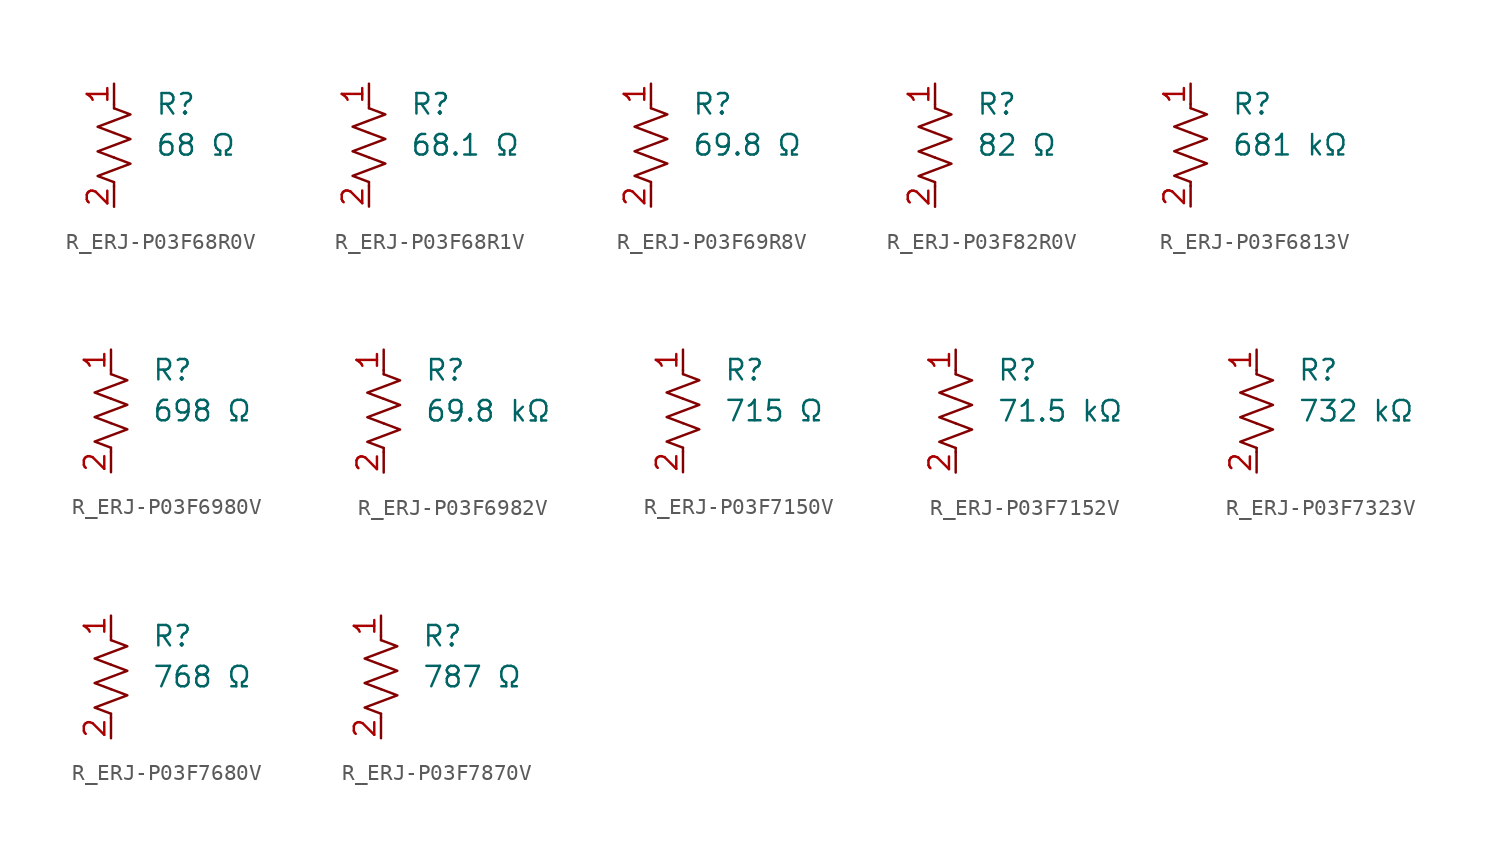
<source format=kicad_sym>
(kicad_symbol_lib
  (version 20231120)
  (generator "kicad_symbol_editor")
  (generator_version "8.0")
  (symbol "R_ERJ-P03F68R0V"
    (pin_names
      (offset 0.254))
    (property "Value" "68 Ω"
      (at 2.54 0 0)
      (effects (font (size 1.27 1.27)) (justify left)))
    (property "Reference" "R"
      (at 2.54 2.54 0)
      (effects (font (size 1.27 1.27)) (justify left)))
    (symbol "R_ERJ-P03F68R0V_0_1"
      (polyline (pts (xy 0 -2.286) (xy 0 -2.54)) (stroke (width 0) (type default)) (fill (type none)))
      (polyline (pts (xy 0 2.286) (xy 0 2.54)) (stroke (width 0) (type default)) (fill (type none)))
      (polyline (pts (xy 0 -0.762) (xy 1.016 -1.143) (xy 0 -1.524) (xy -1.016 -1.905) (xy 0 -2.286)) (stroke (width 0) (type default)) (fill (type none)))
      (polyline (pts (xy 0 0.762) (xy 1.016 0.381) (xy 0 0) (xy -1.016 -0.381) (xy 0 -0.762)) (stroke (width 0) (type default)) (fill (type none)))
      (polyline (pts (xy 0 2.286) (xy 1.016 1.905) (xy 0 1.524) (xy -1.016 1.143) (xy 0 0.762)) (stroke (width 0) (type default)) (fill (type none))))
    (symbol "R_ERJ-P03F68R0V_1_1"
      (pin passive line (at 0 3.81 270) (length 1.27) (name "~" (effects (font (size 1.27 1.27)))) (number "1" (effects (font (size 1.27 1.27)))))
      (pin passive line (at 0 -3.81 90) (length 1.27) (name "~" (effects (font (size 1.27 1.27)))) (number "2" (effects (font (size 1.27 1.27)))))))
  (symbol "R_ERJ-P03F68R1V"
    (pin_names
      (offset 0.254))
    (property "Value" "68.1 Ω"
      (at 2.54 0 0)
      (effects (font (size 1.27 1.27)) (justify left)))
    (property "Reference" "R"
      (at 2.54 2.54 0)
      (effects (font (size 1.27 1.27)) (justify left)))
    (symbol "R_ERJ-P03F68R1V_0_1"
      (polyline (pts (xy 0 -2.286) (xy 0 -2.54)) (stroke (width 0) (type default)) (fill (type none)))
      (polyline (pts (xy 0 2.286) (xy 0 2.54)) (stroke (width 0) (type default)) (fill (type none)))
      (polyline (pts (xy 0 -0.762) (xy 1.016 -1.143) (xy 0 -1.524) (xy -1.016 -1.905) (xy 0 -2.286)) (stroke (width 0) (type default)) (fill (type none)))
      (polyline (pts (xy 0 0.762) (xy 1.016 0.381) (xy 0 0) (xy -1.016 -0.381) (xy 0 -0.762)) (stroke (width 0) (type default)) (fill (type none)))
      (polyline (pts (xy 0 2.286) (xy 1.016 1.905) (xy 0 1.524) (xy -1.016 1.143) (xy 0 0.762)) (stroke (width 0) (type default)) (fill (type none))))
    (symbol "R_ERJ-P03F68R1V_1_1"
      (pin passive line (at 0 3.81 270) (length 1.27) (name "~" (effects (font (size 1.27 1.27)))) (number "1" (effects (font (size 1.27 1.27)))))
      (pin passive line (at 0 -3.81 90) (length 1.27) (name "~" (effects (font (size 1.27 1.27)))) (number "2" (effects (font (size 1.27 1.27)))))))
  (symbol "R_ERJ-P03F69R8V"
    (pin_names
      (offset 0.254))
    (property "Value" "69.8 Ω"
      (at 2.54 0 0)
      (effects (font (size 1.27 1.27)) (justify left)))
    (property "Reference" "R"
      (at 2.54 2.54 0)
      (effects (font (size 1.27 1.27)) (justify left)))
    (symbol "R_ERJ-P03F69R8V_0_1"
      (polyline (pts (xy 0 -2.286) (xy 0 -2.54)) (stroke (width 0) (type default)) (fill (type none)))
      (polyline (pts (xy 0 2.286) (xy 0 2.54)) (stroke (width 0) (type default)) (fill (type none)))
      (polyline (pts (xy 0 -0.762) (xy 1.016 -1.143) (xy 0 -1.524) (xy -1.016 -1.905) (xy 0 -2.286)) (stroke (width 0) (type default)) (fill (type none)))
      (polyline (pts (xy 0 0.762) (xy 1.016 0.381) (xy 0 0) (xy -1.016 -0.381) (xy 0 -0.762)) (stroke (width 0) (type default)) (fill (type none)))
      (polyline (pts (xy 0 2.286) (xy 1.016 1.905) (xy 0 1.524) (xy -1.016 1.143) (xy 0 0.762)) (stroke (width 0) (type default)) (fill (type none))))
    (symbol "R_ERJ-P03F69R8V_1_1"
      (pin passive line (at 0 3.81 270) (length 1.27) (name "~" (effects (font (size 1.27 1.27)))) (number "1" (effects (font (size 1.27 1.27)))))
      (pin passive line (at 0 -3.81 90) (length 1.27) (name "~" (effects (font (size 1.27 1.27)))) (number "2" (effects (font (size 1.27 1.27)))))))
  (symbol "R_ERJ-P03F82R0V"
    (pin_names
      (offset 0.254))
    (property "Value" "82 Ω"
      (at 2.54 0 0)
      (effects (font (size 1.27 1.27)) (justify left)))
    (property "Reference" "R"
      (at 2.54 2.54 0)
      (effects (font (size 1.27 1.27)) (justify left)))
    (symbol "R_ERJ-P03F82R0V_0_1"
      (polyline (pts (xy 0 -2.286) (xy 0 -2.54)) (stroke (width 0) (type default)) (fill (type none)))
      (polyline (pts (xy 0 2.286) (xy 0 2.54)) (stroke (width 0) (type default)) (fill (type none)))
      (polyline (pts (xy 0 -0.762) (xy 1.016 -1.143) (xy 0 -1.524) (xy -1.016 -1.905) (xy 0 -2.286)) (stroke (width 0) (type default)) (fill (type none)))
      (polyline (pts (xy 0 0.762) (xy 1.016 0.381) (xy 0 0) (xy -1.016 -0.381) (xy 0 -0.762)) (stroke (width 0) (type default)) (fill (type none)))
      (polyline (pts (xy 0 2.286) (xy 1.016 1.905) (xy 0 1.524) (xy -1.016 1.143) (xy 0 0.762)) (stroke (width 0) (type default)) (fill (type none))))
    (symbol "R_ERJ-P03F82R0V_1_1"
      (pin passive line (at 0 3.81 270) (length 1.27) (name "~" (effects (font (size 1.27 1.27)))) (number "1" (effects (font (size 1.27 1.27)))))
      (pin passive line (at 0 -3.81 90) (length 1.27) (name "~" (effects (font (size 1.27 1.27)))) (number "2" (effects (font (size 1.27 1.27)))))))
  (symbol "R_ERJ-P03F6813V"
    (pin_names
      (offset 0.254))
    (property "Value" "681 kΩ"
      (at 2.54 0 0)
      (effects (font (size 1.27 1.27)) (justify left)))
    (property "Reference" "R"
      (at 2.54 2.54 0)
      (effects (font (size 1.27 1.27)) (justify left)))
    (symbol "R_ERJ-P03F6813V_0_1"
      (polyline (pts (xy 0 -2.286) (xy 0 -2.54)) (stroke (width 0) (type default)) (fill (type none)))
      (polyline (pts (xy 0 2.286) (xy 0 2.54)) (stroke (width 0) (type default)) (fill (type none)))
      (polyline (pts (xy 0 -0.762) (xy 1.016 -1.143) (xy 0 -1.524) (xy -1.016 -1.905) (xy 0 -2.286)) (stroke (width 0) (type default)) (fill (type none)))
      (polyline (pts (xy 0 0.762) (xy 1.016 0.381) (xy 0 0) (xy -1.016 -0.381) (xy 0 -0.762)) (stroke (width 0) (type default)) (fill (type none)))
      (polyline (pts (xy 0 2.286) (xy 1.016 1.905) (xy 0 1.524) (xy -1.016 1.143) (xy 0 0.762)) (stroke (width 0) (type default)) (fill (type none))))
    (symbol "R_ERJ-P03F6813V_1_1"
      (pin passive line (at 0 3.81 270) (length 1.27) (name "~" (effects (font (size 1.27 1.27)))) (number "1" (effects (font (size 1.27 1.27)))))
      (pin passive line (at 0 -3.81 90) (length 1.27) (name "~" (effects (font (size 1.27 1.27)))) (number "2" (effects (font (size 1.27 1.27)))))))
  (symbol "R_ERJ-P03F6980V"
    (pin_names
      (offset 0.254))
    (property "Value" "698 Ω"
      (at 2.54 0 0)
      (effects (font (size 1.27 1.27)) (justify left)))
    (property "Reference" "R"
      (at 2.54 2.54 0)
      (effects (font (size 1.27 1.27)) (justify left)))
    (symbol "R_ERJ-P03F6980V_0_1"
      (polyline (pts (xy 0 -2.286) (xy 0 -2.54)) (stroke (width 0) (type default)) (fill (type none)))
      (polyline (pts (xy 0 2.286) (xy 0 2.54)) (stroke (width 0) (type default)) (fill (type none)))
      (polyline (pts (xy 0 -0.762) (xy 1.016 -1.143) (xy 0 -1.524) (xy -1.016 -1.905) (xy 0 -2.286)) (stroke (width 0) (type default)) (fill (type none)))
      (polyline (pts (xy 0 0.762) (xy 1.016 0.381) (xy 0 0) (xy -1.016 -0.381) (xy 0 -0.762)) (stroke (width 0) (type default)) (fill (type none)))
      (polyline (pts (xy 0 2.286) (xy 1.016 1.905) (xy 0 1.524) (xy -1.016 1.143) (xy 0 0.762)) (stroke (width 0) (type default)) (fill (type none))))
    (symbol "R_ERJ-P03F6980V_1_1"
      (pin passive line (at 0 3.81 270) (length 1.27) (name "~" (effects (font (size 1.27 1.27)))) (number "1" (effects (font (size 1.27 1.27)))))
      (pin passive line (at 0 -3.81 90) (length 1.27) (name "~" (effects (font (size 1.27 1.27)))) (number "2" (effects (font (size 1.27 1.27)))))))
  (symbol "R_ERJ-P03F6982V"
    (pin_names
      (offset 0.254))
    (property "Value" "69.8 kΩ"
      (at 2.54 0 0)
      (effects (font (size 1.27 1.27)) (justify left)))
    (property "Reference" "R"
      (at 2.54 2.54 0)
      (effects (font (size 1.27 1.27)) (justify left)))
    (symbol "R_ERJ-P03F6982V_0_1"
      (polyline (pts (xy 0 -2.286) (xy 0 -2.54)) (stroke (width 0) (type default)) (fill (type none)))
      (polyline (pts (xy 0 2.286) (xy 0 2.54)) (stroke (width 0) (type default)) (fill (type none)))
      (polyline (pts (xy 0 -0.762) (xy 1.016 -1.143) (xy 0 -1.524) (xy -1.016 -1.905) (xy 0 -2.286)) (stroke (width 0) (type default)) (fill (type none)))
      (polyline (pts (xy 0 0.762) (xy 1.016 0.381) (xy 0 0) (xy -1.016 -0.381) (xy 0 -0.762)) (stroke (width 0) (type default)) (fill (type none)))
      (polyline (pts (xy 0 2.286) (xy 1.016 1.905) (xy 0 1.524) (xy -1.016 1.143) (xy 0 0.762)) (stroke (width 0) (type default)) (fill (type none))))
    (symbol "R_ERJ-P03F6982V_1_1"
      (pin passive line (at 0 3.81 270) (length 1.27) (name "~" (effects (font (size 1.27 1.27)))) (number "1" (effects (font (size 1.27 1.27)))))
      (pin passive line (at 0 -3.81 90) (length 1.27) (name "~" (effects (font (size 1.27 1.27)))) (number "2" (effects (font (size 1.27 1.27)))))))
  (symbol "R_ERJ-P03F7150V"
    (pin_names
      (offset 0.254))
    (property "Value" "715 Ω"
      (at 2.54 0 0)
      (effects (font (size 1.27 1.27)) (justify left)))
    (property "Reference" "R"
      (at 2.54 2.54 0)
      (effects (font (size 1.27 1.27)) (justify left)))
    (symbol "R_ERJ-P03F7150V_0_1"
      (polyline (pts (xy 0 -2.286) (xy 0 -2.54)) (stroke (width 0) (type default)) (fill (type none)))
      (polyline (pts (xy 0 2.286) (xy 0 2.54)) (stroke (width 0) (type default)) (fill (type none)))
      (polyline (pts (xy 0 -0.762) (xy 1.016 -1.143) (xy 0 -1.524) (xy -1.016 -1.905) (xy 0 -2.286)) (stroke (width 0) (type default)) (fill (type none)))
      (polyline (pts (xy 0 0.762) (xy 1.016 0.381) (xy 0 0) (xy -1.016 -0.381) (xy 0 -0.762)) (stroke (width 0) (type default)) (fill (type none)))
      (polyline (pts (xy 0 2.286) (xy 1.016 1.905) (xy 0 1.524) (xy -1.016 1.143) (xy 0 0.762)) (stroke (width 0) (type default)) (fill (type none))))
    (symbol "R_ERJ-P03F7150V_1_1"
      (pin passive line (at 0 3.81 270) (length 1.27) (name "~" (effects (font (size 1.27 1.27)))) (number "1" (effects (font (size 1.27 1.27)))))
      (pin passive line (at 0 -3.81 90) (length 1.27) (name "~" (effects (font (size 1.27 1.27)))) (number "2" (effects (font (size 1.27 1.27)))))))
  (symbol "R_ERJ-P03F7152V"
    (pin_names
      (offset 0.254))
    (property "Value" "71.5 kΩ"
      (at 2.54 0 0)
      (effects (font (size 1.27 1.27)) (justify left)))
    (property "Reference" "R"
      (at 2.54 2.54 0)
      (effects (font (size 1.27 1.27)) (justify left)))
    (symbol "R_ERJ-P03F7152V_0_1"
      (polyline (pts (xy 0 -2.286) (xy 0 -2.54)) (stroke (width 0) (type default)) (fill (type none)))
      (polyline (pts (xy 0 2.286) (xy 0 2.54)) (stroke (width 0) (type default)) (fill (type none)))
      (polyline (pts (xy 0 -0.762) (xy 1.016 -1.143) (xy 0 -1.524) (xy -1.016 -1.905) (xy 0 -2.286)) (stroke (width 0) (type default)) (fill (type none)))
      (polyline (pts (xy 0 0.762) (xy 1.016 0.381) (xy 0 0) (xy -1.016 -0.381) (xy 0 -0.762)) (stroke (width 0) (type default)) (fill (type none)))
      (polyline (pts (xy 0 2.286) (xy 1.016 1.905) (xy 0 1.524) (xy -1.016 1.143) (xy 0 0.762)) (stroke (width 0) (type default)) (fill (type none))))
    (symbol "R_ERJ-P03F7152V_1_1"
      (pin passive line (at 0 3.81 270) (length 1.27) (name "~" (effects (font (size 1.27 1.27)))) (number "1" (effects (font (size 1.27 1.27)))))
      (pin passive line (at 0 -3.81 90) (length 1.27) (name "~" (effects (font (size 1.27 1.27)))) (number "2" (effects (font (size 1.27 1.27)))))))
  (symbol "R_ERJ-P03F7323V"
    (pin_names
      (offset 0.254))
    (property "Value" "732 kΩ"
      (at 2.54 0 0)
      (effects (font (size 1.27 1.27)) (justify left)))
    (property "Reference" "R"
      (at 2.54 2.54 0)
      (effects (font (size 1.27 1.27)) (justify left)))
    (symbol "R_ERJ-P03F7323V_0_1"
      (polyline (pts (xy 0 -2.286) (xy 0 -2.54)) (stroke (width 0) (type default)) (fill (type none)))
      (polyline (pts (xy 0 2.286) (xy 0 2.54)) (stroke (width 0) (type default)) (fill (type none)))
      (polyline (pts (xy 0 -0.762) (xy 1.016 -1.143) (xy 0 -1.524) (xy -1.016 -1.905) (xy 0 -2.286)) (stroke (width 0) (type default)) (fill (type none)))
      (polyline (pts (xy 0 0.762) (xy 1.016 0.381) (xy 0 0) (xy -1.016 -0.381) (xy 0 -0.762)) (stroke (width 0) (type default)) (fill (type none)))
      (polyline (pts (xy 0 2.286) (xy 1.016 1.905) (xy 0 1.524) (xy -1.016 1.143) (xy 0 0.762)) (stroke (width 0) (type default)) (fill (type none))))
    (symbol "R_ERJ-P03F7323V_1_1"
      (pin passive line (at 0 3.81 270) (length 1.27) (name "~" (effects (font (size 1.27 1.27)))) (number "1" (effects (font (size 1.27 1.27)))))
      (pin passive line (at 0 -3.81 90) (length 1.27) (name "~" (effects (font (size 1.27 1.27)))) (number "2" (effects (font (size 1.27 1.27)))))))
  (symbol "R_ERJ-P03F7680V"
    (pin_names
      (offset 0.254))
    (property "Value" "768 Ω"
      (at 2.54 0 0)
      (effects (font (size 1.27 1.27)) (justify left)))
    (property "Reference" "R"
      (at 2.54 2.54 0)
      (effects (font (size 1.27 1.27)) (justify left)))
    (symbol "R_ERJ-P03F7680V_0_1"
      (polyline (pts (xy 0 -2.286) (xy 0 -2.54)) (stroke (width 0) (type default)) (fill (type none)))
      (polyline (pts (xy 0 2.286) (xy 0 2.54)) (stroke (width 0) (type default)) (fill (type none)))
      (polyline (pts (xy 0 -0.762) (xy 1.016 -1.143) (xy 0 -1.524) (xy -1.016 -1.905) (xy 0 -2.286)) (stroke (width 0) (type default)) (fill (type none)))
      (polyline (pts (xy 0 0.762) (xy 1.016 0.381) (xy 0 0) (xy -1.016 -0.381) (xy 0 -0.762)) (stroke (width 0) (type default)) (fill (type none)))
      (polyline (pts (xy 0 2.286) (xy 1.016 1.905) (xy 0 1.524) (xy -1.016 1.143) (xy 0 0.762)) (stroke (width 0) (type default)) (fill (type none))))
    (symbol "R_ERJ-P03F7680V_1_1"
      (pin passive line (at 0 3.81 270) (length 1.27) (name "~" (effects (font (size 1.27 1.27)))) (number "1" (effects (font (size 1.27 1.27)))))
      (pin passive line (at 0 -3.81 90) (length 1.27) (name "~" (effects (font (size 1.27 1.27)))) (number "2" (effects (font (size 1.27 1.27)))))))
  (symbol "R_ERJ-P03F7870V"
    (pin_names
      (offset 0.254))
    (property "Value" "787 Ω"
      (at 2.54 0 0)
      (effects (font (size 1.27 1.27)) (justify left)))
    (property "Reference" "R"
      (at 2.54 2.54 0)
      (effects (font (size 1.27 1.27)) (justify left)))
    (symbol "R_ERJ-P03F7870V_0_1"
      (polyline (pts (xy 0 -2.286) (xy 0 -2.54)) (stroke (width 0) (type default)) (fill (type none)))
      (polyline (pts (xy 0 2.286) (xy 0 2.54)) (stroke (width 0) (type default)) (fill (type none)))
      (polyline (pts (xy 0 -0.762) (xy 1.016 -1.143) (xy 0 -1.524) (xy -1.016 -1.905) (xy 0 -2.286)) (stroke (width 0) (type default)) (fill (type none)))
      (polyline (pts (xy 0 0.762) (xy 1.016 0.381) (xy 0 0) (xy -1.016 -0.381) (xy 0 -0.762)) (stroke (width 0) (type default)) (fill (type none)))
      (polyline (pts (xy 0 2.286) (xy 1.016 1.905) (xy 0 1.524) (xy -1.016 1.143) (xy 0 0.762)) (stroke (width 0) (type default)) (fill (type none))))
    (symbol "R_ERJ-P03F7870V_1_1"
      (pin passive line (at 0 3.81 270) (length 1.27) (name "~" (effects (font (size 1.27 1.27)))) (number "1" (effects (font (size 1.27 1.27)))))
      (pin passive line (at 0 -3.81 90) (length 1.27) (name "~" (effects (font (size 1.27 1.27)))) (number "2" (effects (font (size 1.27 1.27))))))))
</source>
